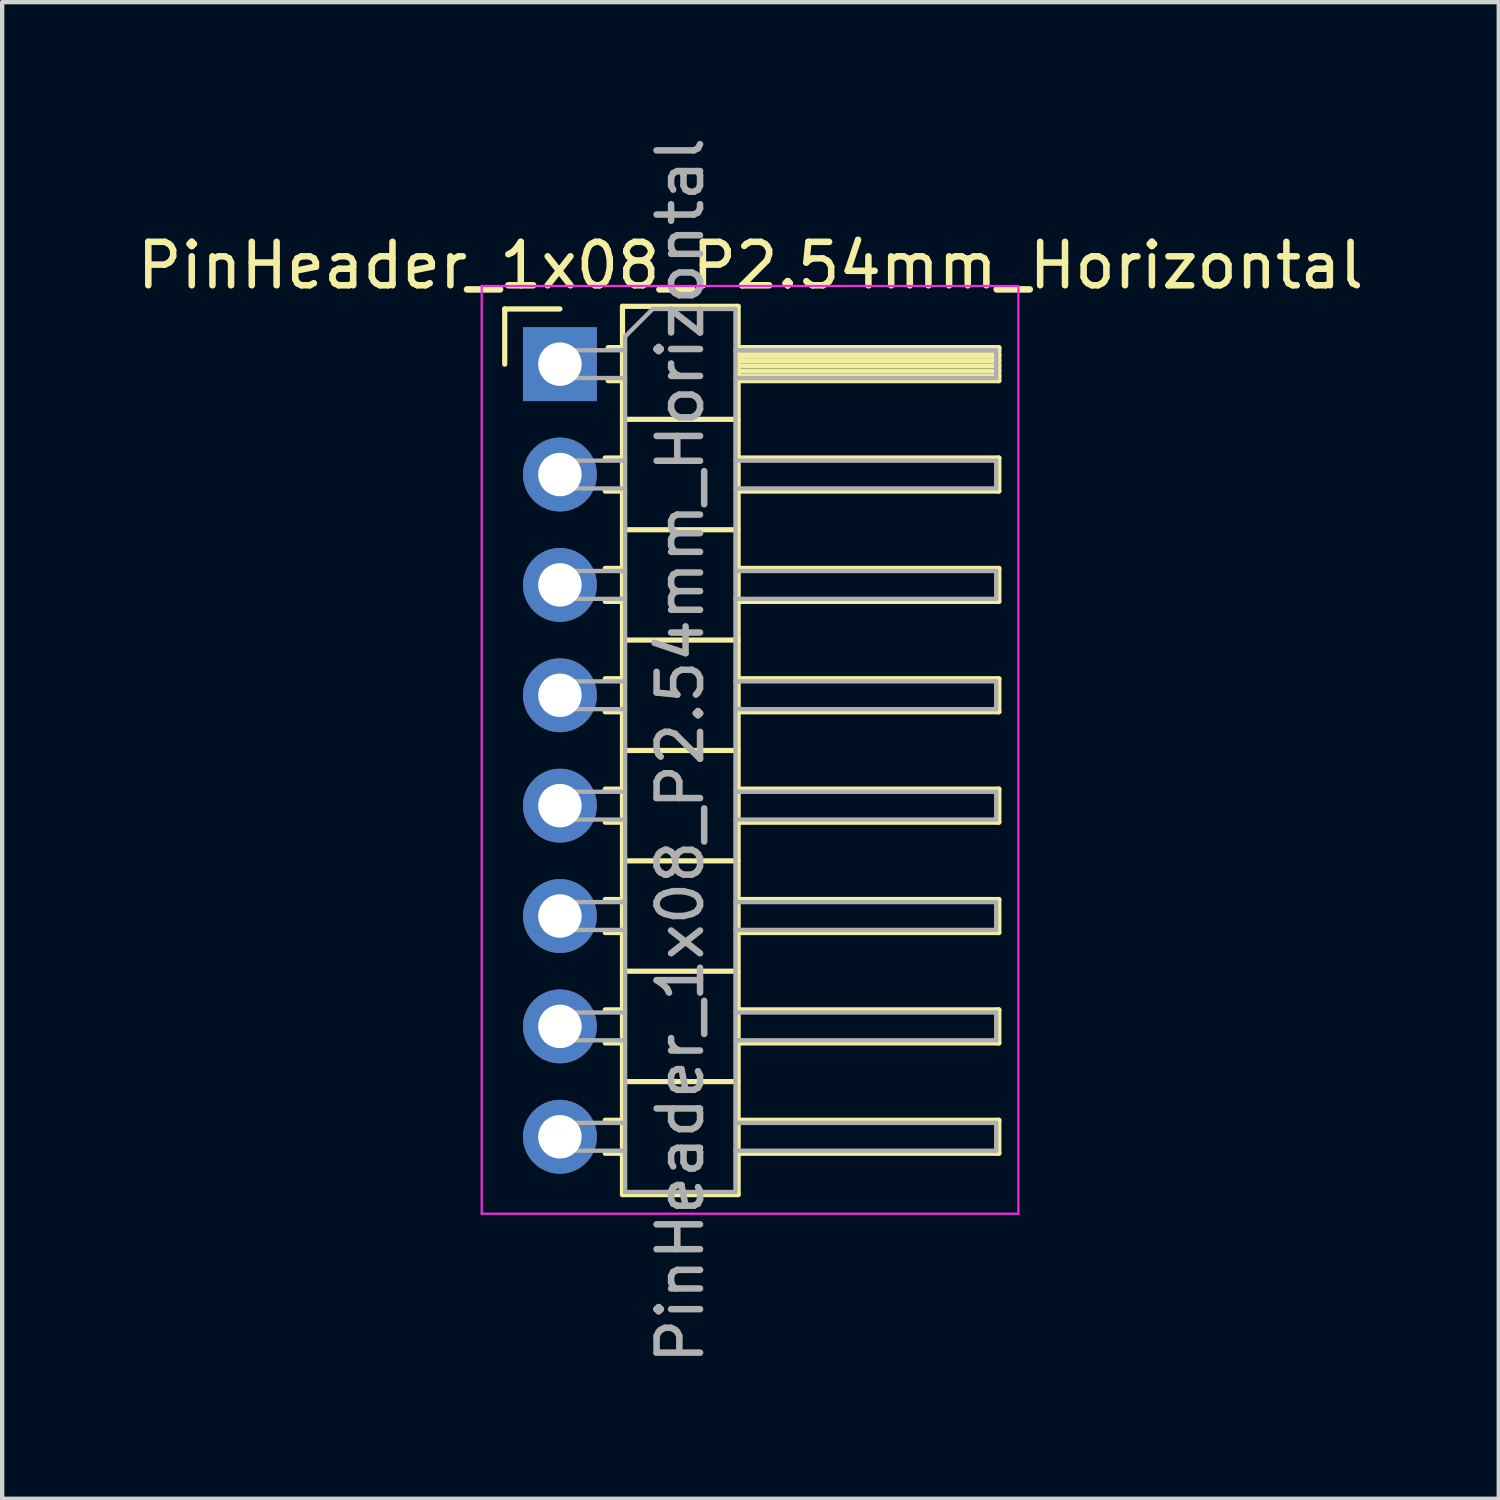
<source format=kicad_pcb>
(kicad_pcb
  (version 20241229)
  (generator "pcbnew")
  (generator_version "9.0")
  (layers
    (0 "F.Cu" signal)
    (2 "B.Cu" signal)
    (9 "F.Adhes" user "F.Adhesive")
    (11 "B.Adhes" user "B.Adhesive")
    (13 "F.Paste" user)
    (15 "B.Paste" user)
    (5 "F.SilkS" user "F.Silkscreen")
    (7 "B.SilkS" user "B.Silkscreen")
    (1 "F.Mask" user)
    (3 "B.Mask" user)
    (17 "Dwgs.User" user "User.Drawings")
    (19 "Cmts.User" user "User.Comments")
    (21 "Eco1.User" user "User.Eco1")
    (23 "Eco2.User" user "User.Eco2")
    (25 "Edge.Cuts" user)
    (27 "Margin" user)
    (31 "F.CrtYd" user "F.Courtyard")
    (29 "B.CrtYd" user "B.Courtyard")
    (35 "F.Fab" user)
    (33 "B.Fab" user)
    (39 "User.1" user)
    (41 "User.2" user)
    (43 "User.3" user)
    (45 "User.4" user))
  (footprint "PinHeader_1x08_P2.54mm_Horizontal"
    (layer "F.Cu")
    (at 9.835 5.33)
    (property "Reference" "PinHeader_1x08_P2.54mm_Horizontal" (at 4.385 -2.27 0) (layer "F.SilkS") (effects (font (size 1 1) (thickness 0.15))))
    (attr through_hole)
    (fp_line (start -1.27 -1.27) (end 0 -1.27) (stroke (width 0.12) (type solid)) (layer "F.SilkS"))
    (fp_line (start -1.27 0) (end -1.27 -1.27) (stroke (width 0.12) (type solid)) (layer "F.SilkS"))
    (fp_line (start 1.043 2.16) (end 1.44 2.16) (stroke (width 0.12) (type solid)) (layer "F.SilkS"))
    (fp_line (start 1.043 2.92) (end 1.44 2.92) (stroke (width 0.12) (type solid)) (layer "F.SilkS"))
    (fp_line (start 1.043 4.7) (end 1.44 4.7) (stroke (width 0.12) (type solid)) (layer "F.SilkS"))
    (fp_line (start 1.043 5.46) (end 1.44 5.46) (stroke (width 0.12) (type solid)) (layer "F.SilkS"))
    (fp_line (start 1.043 7.24) (end 1.44 7.24) (stroke (width 0.12) (type solid)) (layer "F.SilkS"))
    (fp_line (start 1.043 8) (end 1.44 8) (stroke (width 0.12) (type solid)) (layer "F.SilkS"))
    (fp_line (start 1.043 9.78) (end 1.44 9.78) (stroke (width 0.12) (type solid)) (layer "F.SilkS"))
    (fp_line (start 1.043 10.54) (end 1.44 10.54) (stroke (width 0.12) (type solid)) (layer "F.SilkS"))
    (fp_line (start 1.043 12.32) (end 1.44 12.32) (stroke (width 0.12) (type solid)) (layer "F.SilkS"))
    (fp_line (start 1.043 13.08) (end 1.44 13.08) (stroke (width 0.12) (type solid)) (layer "F.SilkS"))
    (fp_line (start 1.043 14.86) (end 1.44 14.86) (stroke (width 0.12) (type solid)) (layer "F.SilkS"))
    (fp_line (start 1.043 15.62) (end 1.44 15.62) (stroke (width 0.12) (type solid)) (layer "F.SilkS"))
    (fp_line (start 1.043 17.4) (end 1.44 17.4) (stroke (width 0.12) (type solid)) (layer "F.SilkS"))
    (fp_line (start 1.043 18.16) (end 1.44 18.16) (stroke (width 0.12) (type solid)) (layer "F.SilkS"))
    (fp_line (start 1.11 -0.38) (end 1.44 -0.38) (stroke (width 0.12) (type solid)) (layer "F.SilkS"))
    (fp_line (start 1.11 0.38) (end 1.44 0.38) (stroke (width 0.12) (type solid)) (layer "F.SilkS"))
    (fp_line (start 1.44 -1.33) (end 1.44 19.11) (stroke (width 0.12) (type solid)) (layer "F.SilkS"))
    (fp_line (start 1.44 1.27) (end 4.1 1.27) (stroke (width 0.12) (type solid)) (layer "F.SilkS"))
    (fp_line (start 1.44 3.81) (end 4.1 3.81) (stroke (width 0.12) (type solid)) (layer "F.SilkS"))
    (fp_line (start 1.44 6.35) (end 4.1 6.35) (stroke (width 0.12) (type solid)) (layer "F.SilkS"))
    (fp_line (start 1.44 8.89) (end 4.1 8.89) (stroke (width 0.12) (type solid)) (layer "F.SilkS"))
    (fp_line (start 1.44 11.43) (end 4.1 11.43) (stroke (width 0.12) (type solid)) (layer "F.SilkS"))
    (fp_line (start 1.44 13.97) (end 4.1 13.97) (stroke (width 0.12) (type solid)) (layer "F.SilkS"))
    (fp_line (start 1.44 16.51) (end 4.1 16.51) (stroke (width 0.12) (type solid)) (layer "F.SilkS"))
    (fp_line (start 1.44 19.11) (end 4.1 19.11) (stroke (width 0.12) (type solid)) (layer "F.SilkS"))
    (fp_line (start 4.1 -1.33) (end 1.44 -1.33) (stroke (width 0.12) (type solid)) (layer "F.SilkS"))
    (fp_line (start 4.1 -0.38) (end 10.1 -0.38) (stroke (width 0.12) (type solid)) (layer "F.SilkS"))
    (fp_line (start 4.1 -0.32) (end 10.1 -0.32) (stroke (width 0.12) (type solid)) (layer "F.SilkS"))
    (fp_line (start 4.1 -0.2) (end 10.1 -0.2) (stroke (width 0.12) (type solid)) (layer "F.SilkS"))
    (fp_line (start 4.1 -0.08) (end 10.1 -0.08) (stroke (width 0.12) (type solid)) (layer "F.SilkS"))
    (fp_line (start 4.1 0.04) (end 10.1 0.04) (stroke (width 0.12) (type solid)) (layer "F.SilkS"))
    (fp_line (start 4.1 0.16) (end 10.1 0.16) (stroke (width 0.12) (type solid)) (layer "F.SilkS"))
    (fp_line (start 4.1 0.28) (end 10.1 0.28) (stroke (width 0.12) (type solid)) (layer "F.SilkS"))
    (fp_line (start 4.1 2.16) (end 10.1 2.16) (stroke (width 0.12) (type solid)) (layer "F.SilkS"))
    (fp_line (start 4.1 4.7) (end 10.1 4.7) (stroke (width 0.12) (type solid)) (layer "F.SilkS"))
    (fp_line (start 4.1 7.24) (end 10.1 7.24) (stroke (width 0.12) (type solid)) (layer "F.SilkS"))
    (fp_line (start 4.1 9.78) (end 10.1 9.78) (stroke (width 0.12) (type solid)) (layer "F.SilkS"))
    (fp_line (start 4.1 12.32) (end 10.1 12.32) (stroke (width 0.12) (type solid)) (layer "F.SilkS"))
    (fp_line (start 4.1 14.86) (end 10.1 14.86) (stroke (width 0.12) (type solid)) (layer "F.SilkS"))
    (fp_line (start 4.1 17.4) (end 10.1 17.4) (stroke (width 0.12) (type solid)) (layer "F.SilkS"))
    (fp_line (start 4.1 19.11) (end 4.1 -1.33) (stroke (width 0.12) (type solid)) (layer "F.SilkS"))
    (fp_line (start 10.1 -0.38) (end 10.1 0.38) (stroke (width 0.12) (type solid)) (layer "F.SilkS"))
    (fp_line (start 10.1 0.38) (end 4.1 0.38) (stroke (width 0.12) (type solid)) (layer "F.SilkS"))
    (fp_line (start 10.1 2.16) (end 10.1 2.92) (stroke (width 0.12) (type solid)) (layer "F.SilkS"))
    (fp_line (start 10.1 2.92) (end 4.1 2.92) (stroke (width 0.12) (type solid)) (layer "F.SilkS"))
    (fp_line (start 10.1 4.7) (end 10.1 5.46) (stroke (width 0.12) (type solid)) (layer "F.SilkS"))
    (fp_line (start 10.1 5.46) (end 4.1 5.46) (stroke (width 0.12) (type solid)) (layer "F.SilkS"))
    (fp_line (start 10.1 7.24) (end 10.1 8) (stroke (width 0.12) (type solid)) (layer "F.SilkS"))
    (fp_line (start 10.1 8) (end 4.1 8) (stroke (width 0.12) (type solid)) (layer "F.SilkS"))
    (fp_line (start 10.1 9.78) (end 10.1 10.54) (stroke (width 0.12) (type solid)) (layer "F.SilkS"))
    (fp_line (start 10.1 10.54) (end 4.1 10.54) (stroke (width 0.12) (type solid)) (layer "F.SilkS"))
    (fp_line (start 10.1 12.32) (end 10.1 13.08) (stroke (width 0.12) (type solid)) (layer "F.SilkS"))
    (fp_line (start 10.1 13.08) (end 4.1 13.08) (stroke (width 0.12) (type solid)) (layer "F.SilkS"))
    (fp_line (start 10.1 14.86) (end 10.1 15.62) (stroke (width 0.12) (type solid)) (layer "F.SilkS"))
    (fp_line (start 10.1 15.62) (end 4.1 15.62) (stroke (width 0.12) (type solid)) (layer "F.SilkS"))
    (fp_line (start 10.1 17.4) (end 10.1 18.16) (stroke (width 0.12) (type solid)) (layer "F.SilkS"))
    (fp_line (start 10.1 18.16) (end 4.1 18.16) (stroke (width 0.12) (type solid)) (layer "F.SilkS"))
    (fp_line (start -1.8 -1.8) (end -1.8 19.55) (stroke (width 0.05) (type solid)) (layer "F.CrtYd"))
    (fp_line (start -1.8 19.55) (end 10.55 19.55) (stroke (width 0.05) (type solid)) (layer "F.CrtYd"))
    (fp_line (start 10.55 -1.8) (end -1.8 -1.8) (stroke (width 0.05) (type solid)) (layer "F.CrtYd"))
    (fp_line (start 10.55 19.55) (end 10.55 -1.8) (stroke (width 0.05) (type solid)) (layer "F.CrtYd"))
    (fp_line (start -0.32 -0.32) (end -0.32 0.32) (stroke (width 0.1) (type solid)) (layer "F.Fab"))
    (fp_line (start -0.32 -0.32) (end 1.5 -0.32) (stroke (width 0.1) (type solid)) (layer "F.Fab"))
    (fp_line (start -0.32 0.32) (end 1.5 0.32) (stroke (width 0.1) (type solid)) (layer "F.Fab"))
    (fp_line (start -0.32 2.22) (end -0.32 2.86) (stroke (width 0.1) (type solid)) (layer "F.Fab"))
    (fp_line (start -0.32 2.22) (end 1.5 2.22) (stroke (width 0.1) (type solid)) (layer "F.Fab"))
    (fp_line (start -0.32 2.86) (end 1.5 2.86) (stroke (width 0.1) (type solid)) (layer "F.Fab"))
    (fp_line (start -0.32 4.76) (end -0.32 5.4) (stroke (width 0.1) (type solid)) (layer "F.Fab"))
    (fp_line (start -0.32 4.76) (end 1.5 4.76) (stroke (width 0.1) (type solid)) (layer "F.Fab"))
    (fp_line (start -0.32 5.4) (end 1.5 5.4) (stroke (width 0.1) (type solid)) (layer "F.Fab"))
    (fp_line (start -0.32 7.3) (end -0.32 7.94) (stroke (width 0.1) (type solid)) (layer "F.Fab"))
    (fp_line (start -0.32 7.3) (end 1.5 7.3) (stroke (width 0.1) (type solid)) (layer "F.Fab"))
    (fp_line (start -0.32 7.94) (end 1.5 7.94) (stroke (width 0.1) (type solid)) (layer "F.Fab"))
    (fp_line (start -0.32 9.84) (end -0.32 10.48) (stroke (width 0.1) (type solid)) (layer "F.Fab"))
    (fp_line (start -0.32 9.84) (end 1.5 9.84) (stroke (width 0.1) (type solid)) (layer "F.Fab"))
    (fp_line (start -0.32 10.48) (end 1.5 10.48) (stroke (width 0.1) (type solid)) (layer "F.Fab"))
    (fp_line (start -0.32 12.38) (end -0.32 13.02) (stroke (width 0.1) (type solid)) (layer "F.Fab"))
    (fp_line (start -0.32 12.38) (end 1.5 12.38) (stroke (width 0.1) (type solid)) (layer "F.Fab"))
    (fp_line (start -0.32 13.02) (end 1.5 13.02) (stroke (width 0.1) (type solid)) (layer "F.Fab"))
    (fp_line (start -0.32 14.92) (end -0.32 15.56) (stroke (width 0.1) (type solid)) (layer "F.Fab"))
    (fp_line (start -0.32 14.92) (end 1.5 14.92) (stroke (width 0.1) (type solid)) (layer "F.Fab"))
    (fp_line (start -0.32 15.56) (end 1.5 15.56) (stroke (width 0.1) (type solid)) (layer "F.Fab"))
    (fp_line (start -0.32 17.46) (end -0.32 18.1) (stroke (width 0.1) (type solid)) (layer "F.Fab"))
    (fp_line (start -0.32 17.46) (end 1.5 17.46) (stroke (width 0.1) (type solid)) (layer "F.Fab"))
    (fp_line (start -0.32 18.1) (end 1.5 18.1) (stroke (width 0.1) (type solid)) (layer "F.Fab"))
    (fp_line (start 1.5 -0.635) (end 2.135 -1.27) (stroke (width 0.1) (type solid)) (layer "F.Fab"))
    (fp_line (start 1.5 19.05) (end 1.5 -0.635) (stroke (width 0.1) (type solid)) (layer "F.Fab"))
    (fp_line (start 2.135 -1.27) (end 4.04 -1.27) (stroke (width 0.1) (type solid)) (layer "F.Fab"))
    (fp_line (start 4.04 -1.27) (end 4.04 19.05) (stroke (width 0.1) (type solid)) (layer "F.Fab"))
    (fp_line (start 4.04 -0.32) (end 10.04 -0.32) (stroke (width 0.1) (type solid)) (layer "F.Fab"))
    (fp_line (start 4.04 0.32) (end 10.04 0.32) (stroke (width 0.1) (type solid)) (layer "F.Fab"))
    (fp_line (start 4.04 2.22) (end 10.04 2.22) (stroke (width 0.1) (type solid)) (layer "F.Fab"))
    (fp_line (start 4.04 2.86) (end 10.04 2.86) (stroke (width 0.1) (type solid)) (layer "F.Fab"))
    (fp_line (start 4.04 4.76) (end 10.04 4.76) (stroke (width 0.1) (type solid)) (layer "F.Fab"))
    (fp_line (start 4.04 5.4) (end 10.04 5.4) (stroke (width 0.1) (type solid)) (layer "F.Fab"))
    (fp_line (start 4.04 7.3) (end 10.04 7.3) (stroke (width 0.1) (type solid)) (layer "F.Fab"))
    (fp_line (start 4.04 7.94) (end 10.04 7.94) (stroke (width 0.1) (type solid)) (layer "F.Fab"))
    (fp_line (start 4.04 9.84) (end 10.04 9.84) (stroke (width 0.1) (type solid)) (layer "F.Fab"))
    (fp_line (start 4.04 10.48) (end 10.04 10.48) (stroke (width 0.1) (type solid)) (layer "F.Fab"))
    (fp_line (start 4.04 12.38) (end 10.04 12.38) (stroke (width 0.1) (type solid)) (layer "F.Fab"))
    (fp_line (start 4.04 13.02) (end 10.04 13.02) (stroke (width 0.1) (type solid)) (layer "F.Fab"))
    (fp_line (start 4.04 14.92) (end 10.04 14.92) (stroke (width 0.1) (type solid)) (layer "F.Fab"))
    (fp_line (start 4.04 15.56) (end 10.04 15.56) (stroke (width 0.1) (type solid)) (layer "F.Fab"))
    (fp_line (start 4.04 17.46) (end 10.04 17.46) (stroke (width 0.1) (type solid)) (layer "F.Fab"))
    (fp_line (start 4.04 18.1) (end 10.04 18.1) (stroke (width 0.1) (type solid)) (layer "F.Fab"))
    (fp_line (start 4.04 19.05) (end 1.5 19.05) (stroke (width 0.1) (type solid)) (layer "F.Fab"))
    (fp_line (start 10.04 -0.32) (end 10.04 0.32) (stroke (width 0.1) (type solid)) (layer "F.Fab"))
    (fp_line (start 10.04 2.22) (end 10.04 2.86) (stroke (width 0.1) (type solid)) (layer "F.Fab"))
    (fp_line (start 10.04 4.76) (end 10.04 5.4) (stroke (width 0.1) (type solid)) (layer "F.Fab"))
    (fp_line (start 10.04 7.3) (end 10.04 7.94) (stroke (width 0.1) (type solid)) (layer "F.Fab"))
    (fp_line (start 10.04 9.84) (end 10.04 10.48) (stroke (width 0.1) (type solid)) (layer "F.Fab"))
    (fp_line (start 10.04 12.38) (end 10.04 13.02) (stroke (width 0.1) (type solid)) (layer "F.Fab"))
    (fp_line (start 10.04 14.92) (end 10.04 15.56) (stroke (width 0.1) (type solid)) (layer "F.Fab"))
    (fp_line (start 10.04 17.46) (end 10.04 18.1) (stroke (width 0.1) (type solid)) (layer "F.Fab"))
    (fp_text user "${REFERENCE}" (at 2.77 8.89 90) (layer "F.Fab") (effects (font (size 1 1) (thickness 0.15))))
    (pad "1" thru_hole rect (at 0 0) (size 1.7 1.7) (drill 1) (layers "*.Cu" "*.Mask"))
    (pad "2" thru_hole oval (at 0 2.54) (size 1.7 1.7) (drill 1) (layers "*.Cu" "*.Mask"))
    (pad "3" thru_hole oval (at 0 5.08) (size 1.7 1.7) (drill 1) (layers "*.Cu" "*.Mask"))
    (pad "4" thru_hole oval (at 0 7.62) (size 1.7 1.7) (drill 1) (layers "*.Cu" "*.Mask"))
    (pad "5" thru_hole oval (at 0 10.16) (size 1.7 1.7) (drill 1) (layers "*.Cu" "*.Mask"))
    (pad "6" thru_hole oval (at 0 12.7) (size 1.7 1.7) (drill 1) (layers "*.Cu" "*.Mask"))
    (pad "7" thru_hole oval (at 0 15.24) (size 1.7 1.7) (drill 1) (layers "*.Cu" "*.Mask"))
    (pad "8" thru_hole oval (at 0 17.78) (size 1.7 1.7) (drill 1) (layers "*.Cu" "*.Mask")))
  (gr_rect
    (start -3 -3)
    (end 31.44 31.44)
    (stroke (width 0.1) (type default))
    (fill no)
    (layer "Edge.Cuts")))
</source>
